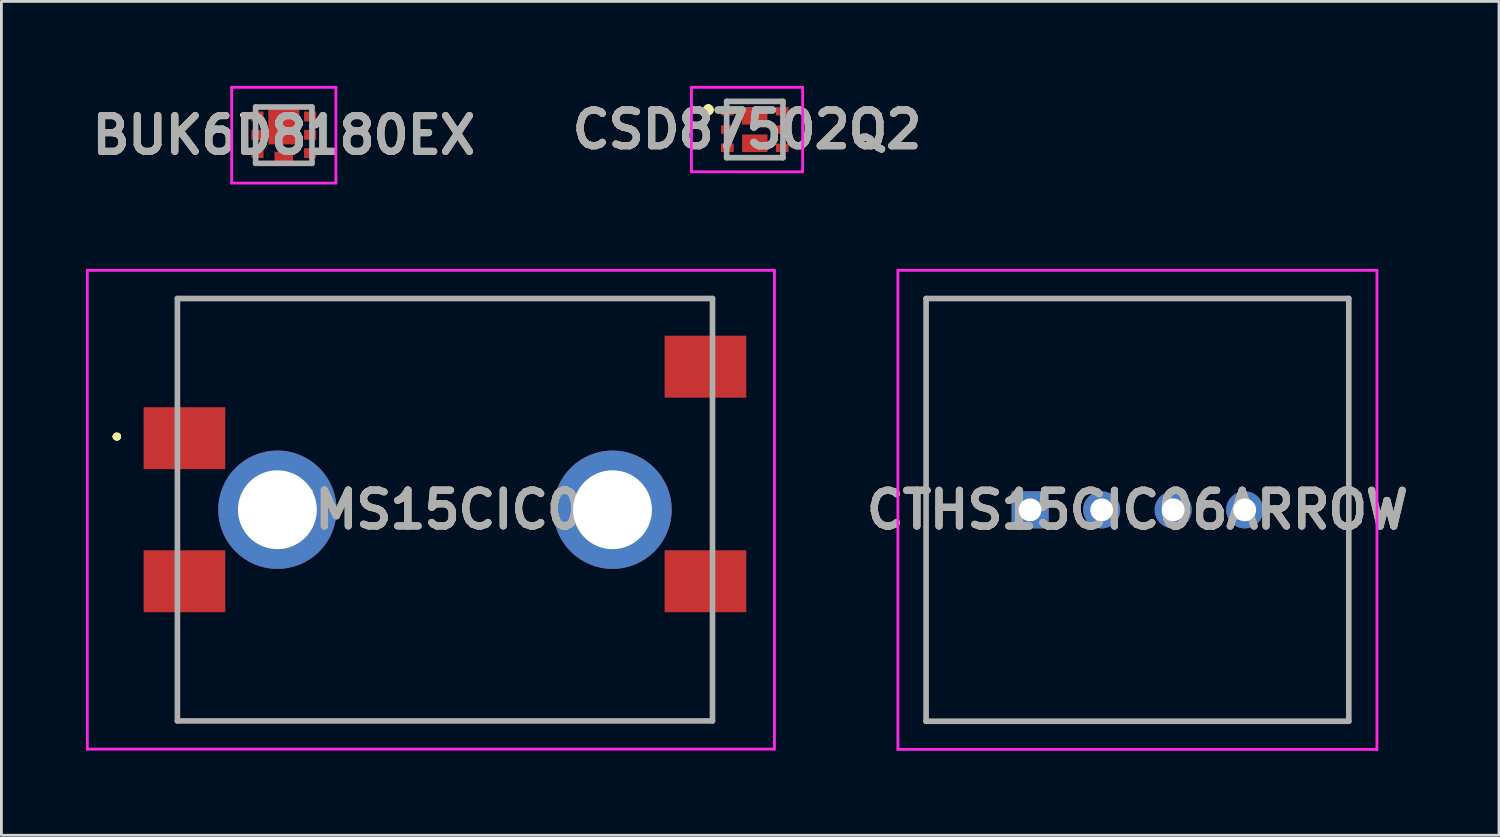
<source format=kicad_pcb>
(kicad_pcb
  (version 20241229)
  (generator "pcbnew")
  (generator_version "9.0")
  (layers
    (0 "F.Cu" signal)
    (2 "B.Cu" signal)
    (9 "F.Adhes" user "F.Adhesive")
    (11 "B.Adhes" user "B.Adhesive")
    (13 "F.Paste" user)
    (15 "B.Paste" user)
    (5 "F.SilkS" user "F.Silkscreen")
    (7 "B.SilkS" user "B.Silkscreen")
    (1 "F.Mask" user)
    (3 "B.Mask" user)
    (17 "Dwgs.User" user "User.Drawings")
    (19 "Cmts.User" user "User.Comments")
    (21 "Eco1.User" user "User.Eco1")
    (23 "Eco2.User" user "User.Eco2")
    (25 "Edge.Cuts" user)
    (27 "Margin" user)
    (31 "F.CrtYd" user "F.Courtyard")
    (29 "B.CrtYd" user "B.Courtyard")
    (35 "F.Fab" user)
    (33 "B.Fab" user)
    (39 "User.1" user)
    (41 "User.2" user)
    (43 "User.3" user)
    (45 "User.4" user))
  (footprint "CSMS15CIC06"
    (layer "F.Cu")
    (at 12.75 15.05)
    (property "Reference" "CSMS15CIC06" (at -0.5 0 0) (layer "F.SilkS") (effects (font (size 1.27 1.27) (thickness 0.254))))
    (attr through_hole)
    (fp_line (start -11.7 -2.6) (end -11.7 -2.6) (stroke (width 0.2) (type solid)) (layer "F.SilkS"))
    (fp_line (start -11.7 -2.6) (end -11.7 -2.6) (stroke (width 0.2) (type solid)) (layer "F.SilkS"))
    (fp_line (start -11.6 -2.6) (end -11.6 -2.6) (stroke (width 0.2) (type solid)) (layer "F.SilkS"))
    (fp_line (start -9.5 -7.5) (end -9.5 -7.5) (stroke (width 0.1) (type solid)) (layer "F.SilkS"))
    (fp_line (start -9.5 -7.5) (end -9.5 -7.5) (stroke (width 0.1) (type solid)) (layer "F.SilkS"))
    (fp_line (start -9.5 -7.5) (end -9.5 -4.25) (stroke (width 0.1) (type solid)) (layer "F.SilkS"))
    (fp_line (start -9.5 -7.5) (end 9.5 -7.5) (stroke (width 0.1) (type solid)) (layer "F.SilkS"))
    (fp_line (start -9.5 -4.25) (end -9.5 -7.5) (stroke (width 0.1) (type solid)) (layer "F.SilkS"))
    (fp_line (start -9.5 -4.25) (end -9.5 -4.25) (stroke (width 0.1) (type solid)) (layer "F.SilkS"))
    (fp_line (start -9.5 -0.75) (end -9.5 -0.75) (stroke (width 0.1) (type solid)) (layer "F.SilkS"))
    (fp_line (start -9.5 -0.75) (end -9.5 0.75) (stroke (width 0.1) (type solid)) (layer "F.SilkS"))
    (fp_line (start -9.5 0.75) (end -9.5 -0.75) (stroke (width 0.1) (type solid)) (layer "F.SilkS"))
    (fp_line (start -9.5 0.75) (end -9.5 0.75) (stroke (width 0.1) (type solid)) (layer "F.SilkS"))
    (fp_line (start -9.5 4.5) (end -9.5 4.5) (stroke (width 0.1) (type solid)) (layer "F.SilkS"))
    (fp_line (start -9.5 4.5) (end -9.5 7.5) (stroke (width 0.1) (type solid)) (layer "F.SilkS"))
    (fp_line (start -9.5 7.5) (end -9.5 4.5) (stroke (width 0.1) (type solid)) (layer "F.SilkS"))
    (fp_line (start -9.5 7.5) (end -9.5 7.5) (stroke (width 0.1) (type solid)) (layer "F.SilkS"))
    (fp_line (start -9.5 7.5) (end -9.5 7.5) (stroke (width 0.1) (type solid)) (layer "F.SilkS"))
    (fp_line (start -9.5 7.5) (end 9.5 7.5) (stroke (width 0.1) (type solid)) (layer "F.SilkS"))
    (fp_line (start 9.5 -7.5) (end -9.5 -7.5) (stroke (width 0.1) (type solid)) (layer "F.SilkS"))
    (fp_line (start 9.5 -7.5) (end 9.5 -7.5) (stroke (width 0.1) (type solid)) (layer "F.SilkS"))
    (fp_line (start 9.5 -7.5) (end 9.5 -7.5) (stroke (width 0.1) (type solid)) (layer "F.SilkS"))
    (fp_line (start 9.5 -7.5) (end 9.5 -6.75) (stroke (width 0.1) (type solid)) (layer "F.SilkS"))
    (fp_line (start 9.5 -6.75) (end 9.5 -7.5) (stroke (width 0.1) (type solid)) (layer "F.SilkS"))
    (fp_line (start 9.5 -6.75) (end 9.5 -6.75) (stroke (width 0.1) (type solid)) (layer "F.SilkS"))
    (fp_line (start 9.5 -3.25) (end 9.5 -3.25) (stroke (width 0.1) (type solid)) (layer "F.SilkS"))
    (fp_line (start 9.5 -3.25) (end 9.5 0.75) (stroke (width 0.1) (type solid)) (layer "F.SilkS"))
    (fp_line (start 9.5 0.75) (end 9.5 -3.25) (stroke (width 0.1) (type solid)) (layer "F.SilkS"))
    (fp_line (start 9.5 0.75) (end 9.5 0.75) (stroke (width 0.1) (type solid)) (layer "F.SilkS"))
    (fp_line (start 9.5 4.25) (end 9.5 4.25) (stroke (width 0.1) (type solid)) (layer "F.SilkS"))
    (fp_line (start 9.5 4.25) (end 9.5 7.5) (stroke (width 0.1) (type solid)) (layer "F.SilkS"))
    (fp_line (start 9.5 7.5) (end -9.5 7.5) (stroke (width 0.1) (type solid)) (layer "F.SilkS"))
    (fp_line (start 9.5 7.5) (end 9.5 4.25) (stroke (width 0.1) (type solid)) (layer "F.SilkS"))
    (fp_line (start 9.5 7.5) (end 9.5 7.5) (stroke (width 0.1) (type solid)) (layer "F.SilkS"))
    (fp_line (start 9.5 7.5) (end 9.5 7.5) (stroke (width 0.1) (type solid)) (layer "F.SilkS"))
    (fp_arc (start -11.7 -2.6) (mid -11.65 -2.65) (end -11.6 -2.6) (stroke (width 0.2) (type solid)) (layer "F.SilkS"))
    (fp_arc (start -11.6 -2.6) (mid -11.65 -2.55) (end -11.7 -2.6) (stroke (width 0.2) (type solid)) (layer "F.SilkS"))
    (fp_arc (start -11.6 -2.6) (mid -11.65 -2.55) (end -11.7 -2.6) (stroke (width 0.2) (type solid)) (layer "F.SilkS"))
    (fp_line (start -12.7 -8.5) (end 11.7 -8.5) (stroke (width 0.1) (type solid)) (layer "F.CrtYd"))
    (fp_line (start -12.7 8.5) (end -12.7 -8.5) (stroke (width 0.1) (type solid)) (layer "F.CrtYd"))
    (fp_line (start 11.7 -8.5) (end 11.7 8.5) (stroke (width 0.1) (type solid)) (layer "F.CrtYd"))
    (fp_line (start 11.7 8.5) (end -12.7 8.5) (stroke (width 0.1) (type solid)) (layer "F.CrtYd"))
    (fp_line (start -9.5 -7.5) (end -9.5 7.5) (stroke (width 0.2) (type solid)) (layer "F.Fab"))
    (fp_line (start -9.5 7.5) (end 9.5 7.5) (stroke (width 0.2) (type solid)) (layer "F.Fab"))
    (fp_line (start 9.5 -7.5) (end -9.5 -7.5) (stroke (width 0.2) (type solid)) (layer "F.Fab"))
    (fp_line (start 9.5 7.5) (end 9.5 -7.5) (stroke (width 0.2) (type solid)) (layer "F.Fab"))
    (fp_text user "${REFERENCE}" (at -0.5 0 0) (layer "F.Fab") (effects (font (size 1.27 1.27) (thickness 0.254))))
    (pad "1" smd rect (at -9.25 -2.54 90) (size 2.2 2.9) (layers "F.Cu" "F.Mask" "F.Paste"))
    (pad "2" smd rect (at -9.25 2.54 90) (size 2.2 2.9) (layers "F.Cu" "F.Mask" "F.Paste"))
    (pad "3" smd rect (at 9.25 2.54 90) (size 2.2 2.9) (layers "F.Cu" "F.Mask" "F.Paste"))
    (pad "4" smd rect (at 9.25 -5.08 90) (size 2.2 2.9) (layers "F.Cu" "F.Mask" "F.Paste"))
    (pad "MH1" thru_hole circle (at -5.95 0) (size 4.2 4.2) (drill 2.8) (layers "*.Cu" "*.Mask"))
    (pad "MH2" thru_hole circle (at 5.95 0) (size 4.2 4.2) (drill 2.8) (layers "*.Cu" "*.Mask")))
  (footprint "BUK6D8180EX"
    (layer "F.Cu")
    (at 7.027 1.737)
    (property "Reference" "BUK6D8180EX" (at 0 0.013 0) (layer "F.SilkS") (effects (font (size 1.27 1.27) (thickness 0.254))))
    (attr smd)
    (fp_line (start -1.5 -0.7) (end -1.5 -0.7) (stroke (width 0.1) (type solid)) (layer "F.SilkS"))
    (fp_line (start -1.4 -0.7) (end -1.4 -0.7) (stroke (width 0.1) (type solid)) (layer "F.SilkS"))
    (fp_arc (start -1.5 -0.7) (mid -1.45 -0.75) (end -1.4 -0.7) (stroke (width 0.1) (type solid)) (layer "F.SilkS"))
    (fp_arc (start -1.4 -0.7) (mid -1.45 -0.65) (end -1.5 -0.7) (stroke (width 0.1) (type solid)) (layer "F.SilkS"))
    (fp_line (start -1.85 -1.687) (end 1.85 -1.687) (stroke (width 0.1) (type solid)) (layer "F.CrtYd"))
    (fp_line (start -1.85 1.713) (end -1.85 -1.687) (stroke (width 0.1) (type solid)) (layer "F.CrtYd"))
    (fp_line (start 1.85 -1.687) (end 1.85 1.713) (stroke (width 0.1) (type solid)) (layer "F.CrtYd"))
    (fp_line (start 1.85 1.713) (end -1.85 1.713) (stroke (width 0.1) (type solid)) (layer "F.CrtYd"))
    (fp_line (start -1 -0.987) (end -1 1.013) (stroke (width 0.2) (type solid)) (layer "F.Fab"))
    (fp_line (start -1 1.013) (end 1 1.013) (stroke (width 0.2) (type solid)) (layer "F.Fab"))
    (fp_line (start 1 -0.987) (end -1 -0.987) (stroke (width 0.2) (type solid)) (layer "F.Fab"))
    (fp_line (start 1 1.013) (end 1 -0.987) (stroke (width 0.2) (type solid)) (layer "F.Fab"))
    (fp_text user "${REFERENCE}" (at 0 0.013 0) (layer "F.Fab") (effects (font (size 1.27 1.27) (thickness 0.254))))
    (pad "1" smd rect (at -0.935 -0.65 90) (size 0.35 0.43) (layers "F.Cu" "F.Mask" "F.Paste"))
    (pad "2" smd rect (at -0.935 0 90) (size 0.35 0.43) (layers "F.Cu" "F.Mask" "F.Paste"))
    (pad "3" smd rect (at -0.935 0.65 90) (size 0.35 0.43) (layers "F.Cu" "F.Mask" "F.Paste"))
    (pad "4" smd rect (at 0.935 0.65 90) (size 0.35 0.43) (layers "F.Cu" "F.Mask" "F.Paste"))
    (pad "5" smd rect (at 0.935 0 90) (size 0.35 0.43) (layers "F.Cu" "F.Mask" "F.Paste"))
    (pad "6" smd rect (at 0.935 -0.65 90) (size 0.35 0.43) (layers "F.Cu" "F.Mask" "F.Paste"))
    (pad "7" smd rect (at 0 -0.285) (size 1.1 1.25) (layers "F.Cu" "F.Mask" "F.Paste"))
    (pad "8" smd rect (at 0 0.775 90) (size 0.35 0.66) (layers "F.Cu" "F.Mask" "F.Paste")))
  (footprint "CTHS15CIC06ARROW"
    (layer "F.Cu")
    (at 33.529 15.055)
    (property "Reference" "CTHS15CIC06ARROW" (at 3.81 0 0) (layer "F.SilkS") (effects (font (size 1.27 1.27) (thickness 0.254))))
    (attr through_hole)
    (fp_line (start -3.695 -7.505) (end 11.315 -7.505) (stroke (width 0.1) (type solid)) (layer "F.SilkS"))
    (fp_line (start -3.695 7.505) (end -3.695 -7.505) (stroke (width 0.1) (type solid)) (layer "F.SilkS"))
    (fp_line (start 11.315 -7.505) (end 11.315 7.505) (stroke (width 0.1) (type solid)) (layer "F.SilkS"))
    (fp_line (start 11.315 7.505) (end -3.695 7.505) (stroke (width 0.1) (type solid)) (layer "F.SilkS"))
    (fp_line (start -4.695 -8.505) (end 12.315 -8.505) (stroke (width 0.1) (type solid)) (layer "F.CrtYd"))
    (fp_line (start -4.695 8.505) (end -4.695 -8.505) (stroke (width 0.1) (type solid)) (layer "F.CrtYd"))
    (fp_line (start 12.315 -8.505) (end 12.315 8.505) (stroke (width 0.1) (type solid)) (layer "F.CrtYd"))
    (fp_line (start 12.315 8.505) (end -4.695 8.505) (stroke (width 0.1) (type solid)) (layer "F.CrtYd"))
    (fp_line (start -3.695 -7.505) (end 11.315 -7.505) (stroke (width 0.2) (type solid)) (layer "F.Fab"))
    (fp_line (start -3.695 7.505) (end -3.695 -7.505) (stroke (width 0.2) (type solid)) (layer "F.Fab"))
    (fp_line (start 11.315 -7.505) (end 11.315 7.505) (stroke (width 0.2) (type solid)) (layer "F.Fab"))
    (fp_line (start 11.315 7.505) (end -3.695 7.505) (stroke (width 0.2) (type solid)) (layer "F.Fab"))
    (fp_text user "${REFERENCE}" (at 3.81 0 0) (layer "F.Fab") (effects (font (size 1.27 1.27) (thickness 0.254))))
    (pad "1" thru_hole rect (at 0 0) (size 1.316 1.316) (drill 0.81) (layers "*.Cu" "*.Mask"))
    (pad "2" thru_hole circle (at 2.54 0) (size 1.316 1.316) (drill 0.81) (layers "*.Cu" "*.Mask"))
    (pad "3" thru_hole circle (at 5.08 0) (size 1.316 1.316) (drill 0.81) (layers "*.Cu" "*.Mask"))
    (pad "4" thru_hole circle (at 7.62 0) (size 1.316 1.316) (drill 0.81) (layers "*.Cu" "*.Mask")))
  (footprint "CSD87502Q2"
    (layer "F.Cu")
    (at 23.752 1.55)
    (property "Reference" "CSD87502Q2" (at -0.275 0 0) (layer "F.SilkS") (effects (font (size 1.27 1.27) (thickness 0.254))))
    (attr smd)
    (fp_line (start -1.65 -0.8) (end -1.65 -0.8) (stroke (width 0.2) (type solid)) (layer "F.SilkS"))
    (fp_line (start -1.65 -0.6) (end -1.65 -0.6) (stroke (width 0.2) (type solid)) (layer "F.SilkS"))
    (fp_line (start -0.7 -1) (end -0.6 -1) (stroke (width 0.1) (type solid)) (layer "F.SilkS"))
    (fp_line (start -0.7 1) (end -0.6 1) (stroke (width 0.1) (type solid)) (layer "F.SilkS"))
    (fp_line (start 0.6 -1) (end 0.7 -1) (stroke (width 0.1) (type solid)) (layer "F.SilkS"))
    (fp_line (start 0.6 1) (end 0.7 1) (stroke (width 0.1) (type solid)) (layer "F.SilkS"))
    (fp_arc (start -1.65 -0.8) (mid -1.55 -0.7) (end -1.65 -0.6) (stroke (width 0.2) (type solid)) (layer "F.SilkS"))
    (fp_arc (start -1.65 -0.6) (mid -1.75 -0.7) (end -1.65 -0.8) (stroke (width 0.2) (type solid)) (layer "F.SilkS"))
    (fp_line (start -2.25 -1.5) (end 1.7 -1.5) (stroke (width 0.1) (type solid)) (layer "F.CrtYd"))
    (fp_line (start -2.25 1.5) (end -2.25 -1.5) (stroke (width 0.1) (type solid)) (layer "F.CrtYd"))
    (fp_line (start 1.7 -1.5) (end 1.7 1.5) (stroke (width 0.1) (type solid)) (layer "F.CrtYd"))
    (fp_line (start 1.7 1.5) (end -2.25 1.5) (stroke (width 0.1) (type solid)) (layer "F.CrtYd"))
    (fp_line (start -1 -1) (end 1 -1) (stroke (width 0.2) (type solid)) (layer "F.Fab"))
    (fp_line (start -1 1) (end -1 -1) (stroke (width 0.2) (type solid)) (layer "F.Fab"))
    (fp_line (start 1 -1) (end 1 1) (stroke (width 0.2) (type solid)) (layer "F.Fab"))
    (fp_line (start 1 1) (end -1 1) (stroke (width 0.2) (type solid)) (layer "F.Fab"))
    (fp_text user "${REFERENCE}" (at -0.275 0 0) (layer "F.Fab") (effects (font (size 1.27 1.27) (thickness 0.254))))
    (pad "1" smd rect (at -0.975 -0.65 90) (size 0.3 0.45) (layers "F.Cu" "F.Mask" "F.Paste"))
    (pad "2" smd rect (at -0.975 0 90) (size 0.3 0.45) (layers "F.Cu" "F.Mask" "F.Paste"))
    (pad "3" smd rect (at -0.975 0.65 90) (size 0.3 0.45) (layers "F.Cu" "F.Mask" "F.Paste"))
    (pad "4" smd rect (at 0.975 0.65 90) (size 0.3 0.45) (layers "F.Cu" "F.Mask" "F.Paste"))
    (pad "5" smd rect (at 0.975 0 90) (size 0.3 0.45) (layers "F.Cu" "F.Mask" "F.Paste"))
    (pad "6" smd rect (at 0.975 -0.65 90) (size 0.3 0.45) (layers "F.Cu" "F.Mask" "F.Paste"))
    (pad "D1" smd rect (at 0 -0.488 90) (size 0.625 0.9) (layers "F.Cu" "F.Mask" "F.Paste"))
    (pad "D2" smd rect (at 0 0.488 90) (size 0.625 0.9) (layers "F.Cu" "F.Mask" "F.Paste")))
  (gr_rect
    (start -3 -3)
    (end 50.179 26.61)
    (stroke (width 0.1) (type default))
    (fill no)
    (layer "Edge.Cuts")))
</source>
